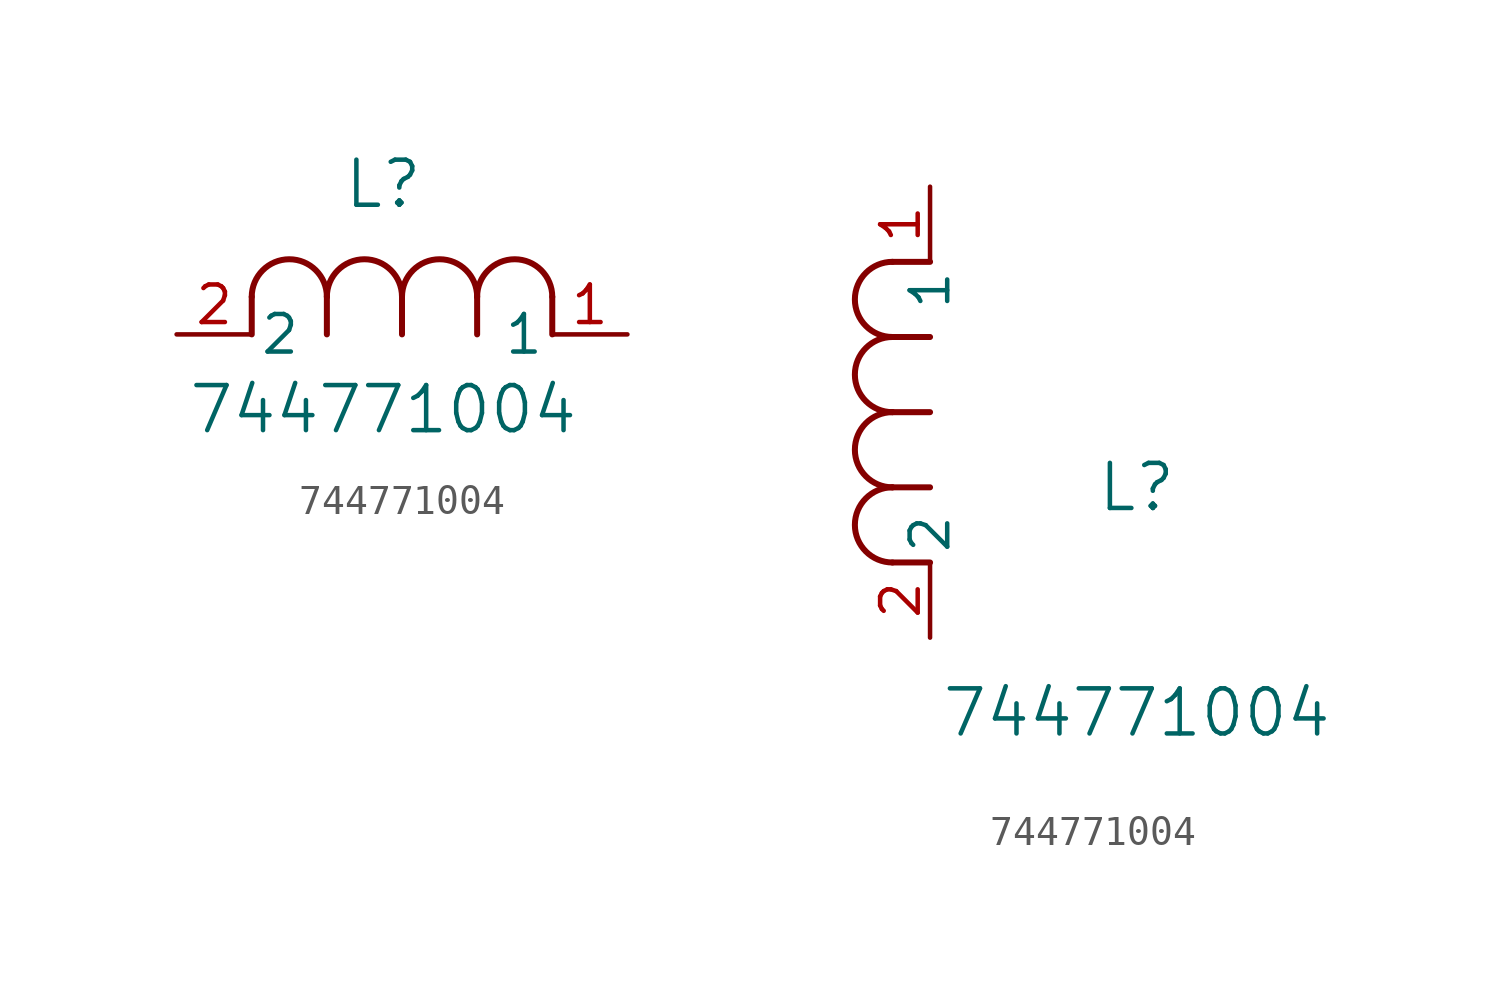
<source format=kicad_sym>
(kicad_symbol_lib
  (version 20211014)
  (generator kicad_symbol_editor)
  (symbol "744771004"
    (pin_names
      (offset 0.254))
    (property "Reference" "L"
      (at 6.985 5.08 0)
      (effects (font (size 1.524 1.524))))
    (property "Value" "744771004"
      (at 6.985 -2.54 0)
      (effects (font (size 1.524 1.524))))
    (symbol "744771004_1_1"
      (arc (start 7.62 1.27) (mid 6.35 2.54) (end 5.08 1.27) (stroke (width 0.2032) (type default) (color 0 0 0 0)) (fill (type none)))
      (polyline (pts (xy 5.08 0) (xy 5.08 1.27)) (stroke (width 0.203) (type default) (color 0 0 0 0)) (fill (type none)))
      (polyline (pts (xy 7.62 0) (xy 7.62 1.27)) (stroke (width 0.203) (type default) (color 0 0 0 0)) (fill (type none)))
      (polyline (pts (xy 12.7 0) (xy 12.7 1.27)) (stroke (width 0.203) (type default) (color 0 0 0 0)) (fill (type none)))
      (arc (start 5.08 1.27) (mid 3.81 2.54) (end 2.54 1.27) (stroke (width 0.2032) (type default) (color 0 0 0 0)) (fill (type none)))
      (arc (start 10.16 1.27) (mid 8.89 2.54) (end 7.62 1.27) (stroke (width 0.2032) (type default) (color 0 0 0 0)) (fill (type none)))
      (arc (start 12.7 1.27) (mid 11.43 2.54) (end 10.16 1.27) (stroke (width 0.2032) (type default) (color 0 0 0 0)) (fill (type none)))
      (polyline (pts (xy 2.54 0) (xy 2.54 1.27)) (stroke (width 0.203) (type default) (color 0 0 0 0)) (fill (type none)))
      (polyline (pts (xy 10.16 0) (xy 10.16 1.27)) (stroke (width 0.203) (type default) (color 0 0 0 0)) (fill (type none)))
      (pin unspecified line (at 0 0 0) (length 2.54) (name "2" (effects (font (size 1.27 1.27)))) (number "2" (effects (font (size 1.27 1.27)))))
      (pin unspecified line (at 15.24 0 180) (length 2.54) (name "1" (effects (font (size 1.27 1.27)))) (number "1" (effects (font (size 1.27 1.27))))))
    (symbol "744771004_1_2"
      (arc (start -1.27 7.62) (mid -2.54 6.35) (end -1.27 5.08) (stroke (width 0.2032) (type default) (color 0 0 0 0)) (fill (type none)))
      (arc (start -1.27 5.08) (mid -2.54 3.81) (end -1.27 2.54) (stroke (width 0.2032) (type default) (color 0 0 0 0)) (fill (type none)))
      (arc (start -1.27 12.7) (mid -2.54 11.43) (end -1.27 10.16) (stroke (width 0.2032) (type default) (color 0 0 0 0)) (fill (type none)))
      (arc (start -1.27 10.16) (mid -2.54 8.89) (end -1.27 7.62) (stroke (width 0.2032) (type default) (color 0 0 0 0)) (fill (type none)))
      (polyline (pts (xy 0 7.62) (xy -1.27 7.62)) (stroke (width 0.203) (type default) (color 0 0 0 0)) (fill (type none)))
      (polyline (pts (xy 0 5.08) (xy -1.27 5.08)) (stroke (width 0.203) (type default) (color 0 0 0 0)) (fill (type none)))
      (polyline (pts (xy 0 12.7) (xy -1.27 12.7)) (stroke (width 0.203) (type default) (color 0 0 0 0)) (fill (type none)))
      (polyline (pts (xy 0 2.54) (xy -1.27 2.54)) (stroke (width 0.203) (type default) (color 0 0 0 0)) (fill (type none)))
      (polyline (pts (xy 0 10.16) (xy -1.27 10.16)) (stroke (width 0.203) (type default) (color 0 0 0 0)) (fill (type none)))
      (pin unspecified line (at 0 0 90) (length 2.54) (name "2" (effects (font (size 1.27 1.27)))) (number "2" (effects (font (size 1.27 1.27)))))
      (pin unspecified line (at 0 15.24 270) (length 2.54) (name "1" (effects (font (size 1.27 1.27)))) (number "1" (effects (font (size 1.27 1.27))))))))
</source>
